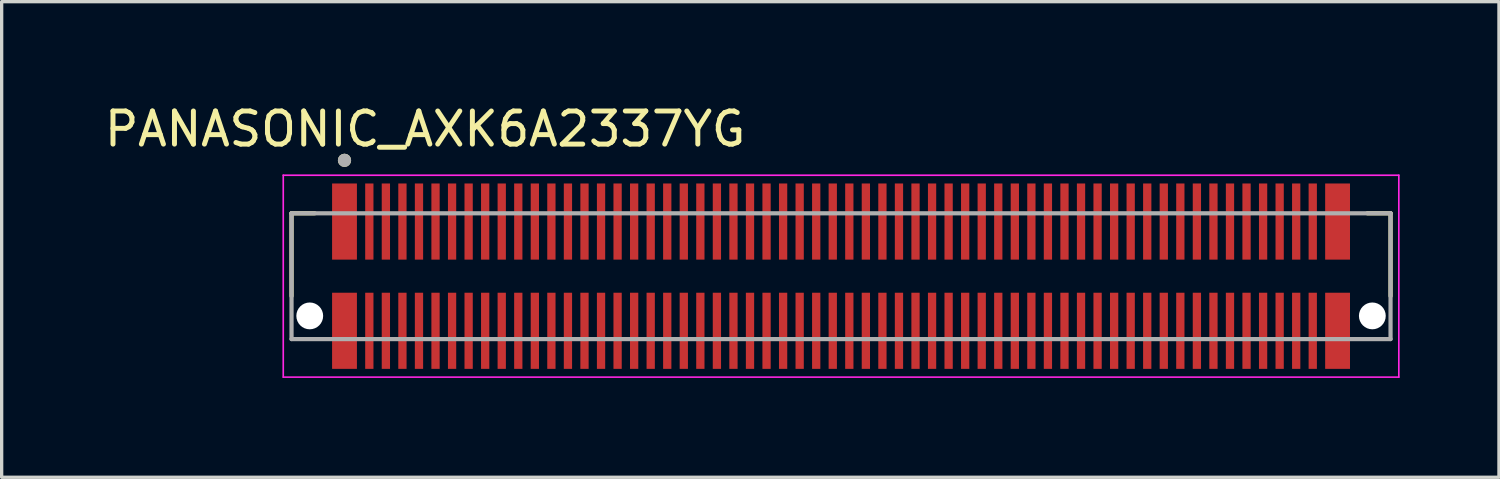
<source format=kicad_pcb>
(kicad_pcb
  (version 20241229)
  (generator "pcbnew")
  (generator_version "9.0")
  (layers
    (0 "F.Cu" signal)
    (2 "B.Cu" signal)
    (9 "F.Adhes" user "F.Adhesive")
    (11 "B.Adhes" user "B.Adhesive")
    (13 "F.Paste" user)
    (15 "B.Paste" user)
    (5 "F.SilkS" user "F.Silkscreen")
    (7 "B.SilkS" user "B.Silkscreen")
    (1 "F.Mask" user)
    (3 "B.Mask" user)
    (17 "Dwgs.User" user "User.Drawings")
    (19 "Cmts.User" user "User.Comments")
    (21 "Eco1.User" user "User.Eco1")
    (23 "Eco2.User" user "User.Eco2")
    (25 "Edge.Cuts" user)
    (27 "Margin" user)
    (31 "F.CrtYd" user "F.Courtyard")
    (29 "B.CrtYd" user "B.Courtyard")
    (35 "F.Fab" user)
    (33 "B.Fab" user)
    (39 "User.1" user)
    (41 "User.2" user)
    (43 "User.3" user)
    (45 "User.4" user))
  (footprint "PANASONIC_AXK6A2337YG"
    (layer "F.Cu")
    (at 22.357 5.293)
    (property "Reference" "PANASONIC_AXK6A2337YG" (at -12.565 -4.445 0) (layer "F.SilkS") (effects (font (size 1 1) (thickness 0.15))))
    (attr smd)
    (fp_line (start -16.6 -1.9) (end -15.9 -1.9) (stroke (width 0.127) (type solid)) (layer "F.SilkS"))
    (fp_line (start -16.6 0.6) (end -16.6 -1.9) (stroke (width 0.127) (type solid)) (layer "F.SilkS"))
    (fp_line (start 15.9 -1.9) (end 16.6 -1.9) (stroke (width 0.127) (type solid)) (layer "F.SilkS"))
    (fp_line (start 16.6 -1.9) (end 16.6 0.6) (stroke (width 0.127) (type solid)) (layer "F.SilkS"))
    (fp_circle (center -15 -3.5) (end -14.9 -3.5) (stroke (width 0.2) (type solid)) (fill no) (layer "F.SilkS"))
    (fp_poly (pts (xy -14.985 -2.8) (xy -14.635 -2.8) (xy -14.635 -0.85) (xy -14.985 -0.85)) (stroke (width 0.01) (type solid)) (fill yes) (layer "F.Paste"))
    (fp_poly (pts (xy -14.985 0.85) (xy -14.635 0.85) (xy -14.635 2.8) (xy -14.985 2.8)) (stroke (width 0.01) (type solid)) (fill yes) (layer "F.Paste"))
    (fp_poly (pts (xy -14.365 -2.8) (xy -14.135 -2.8) (xy -14.135 -0.85) (xy -14.365 -0.85)) (stroke (width 0.01) (type solid)) (fill yes) (layer "F.Paste"))
    (fp_poly (pts (xy -14.365 0.85) (xy -14.135 0.85) (xy -14.135 2.8) (xy -14.365 2.8)) (stroke (width 0.01) (type solid)) (fill yes) (layer "F.Paste"))
    (fp_poly (pts (xy -13.865 -2.8) (xy -13.635 -2.8) (xy -13.635 -0.85) (xy -13.865 -0.85)) (stroke (width 0.01) (type solid)) (fill yes) (layer "F.Paste"))
    (fp_poly (pts (xy -13.865 0.85) (xy -13.635 0.85) (xy -13.635 2.8) (xy -13.865 2.8)) (stroke (width 0.01) (type solid)) (fill yes) (layer "F.Paste"))
    (fp_poly (pts (xy -13.365 -2.8) (xy -13.135 -2.8) (xy -13.135 -0.85) (xy -13.365 -0.85)) (stroke (width 0.01) (type solid)) (fill yes) (layer "F.Paste"))
    (fp_poly (pts (xy -13.365 0.85) (xy -13.135 0.85) (xy -13.135 2.8) (xy -13.365 2.8)) (stroke (width 0.01) (type solid)) (fill yes) (layer "F.Paste"))
    (fp_poly (pts (xy -12.865 -2.8) (xy -12.635 -2.8) (xy -12.635 -0.85) (xy -12.865 -0.85)) (stroke (width 0.01) (type solid)) (fill yes) (layer "F.Paste"))
    (fp_poly (pts (xy -12.865 0.85) (xy -12.635 0.85) (xy -12.635 2.8) (xy -12.865 2.8)) (stroke (width 0.01) (type solid)) (fill yes) (layer "F.Paste"))
    (fp_poly (pts (xy -12.365 -2.8) (xy -12.135 -2.8) (xy -12.135 -0.85) (xy -12.365 -0.85)) (stroke (width 0.01) (type solid)) (fill yes) (layer "F.Paste"))
    (fp_poly (pts (xy -12.365 0.85) (xy -12.135 0.85) (xy -12.135 2.8) (xy -12.365 2.8)) (stroke (width 0.01) (type solid)) (fill yes) (layer "F.Paste"))
    (fp_poly (pts (xy -11.865 -2.8) (xy -11.635 -2.8) (xy -11.635 -0.85) (xy -11.865 -0.85)) (stroke (width 0.01) (type solid)) (fill yes) (layer "F.Paste"))
    (fp_poly (pts (xy -11.865 0.85) (xy -11.635 0.85) (xy -11.635 2.8) (xy -11.865 2.8)) (stroke (width 0.01) (type solid)) (fill yes) (layer "F.Paste"))
    (fp_poly (pts (xy -11.365 -2.8) (xy -11.135 -2.8) (xy -11.135 -0.85) (xy -11.365 -0.85)) (stroke (width 0.01) (type solid)) (fill yes) (layer "F.Paste"))
    (fp_poly (pts (xy -11.365 0.85) (xy -11.135 0.85) (xy -11.135 2.8) (xy -11.365 2.8)) (stroke (width 0.01) (type solid)) (fill yes) (layer "F.Paste"))
    (fp_poly (pts (xy -10.865 -2.8) (xy -10.635 -2.8) (xy -10.635 -0.85) (xy -10.865 -0.85)) (stroke (width 0.01) (type solid)) (fill yes) (layer "F.Paste"))
    (fp_poly (pts (xy -10.865 0.85) (xy -10.635 0.85) (xy -10.635 2.8) (xy -10.865 2.8)) (stroke (width 0.01) (type solid)) (fill yes) (layer "F.Paste"))
    (fp_poly (pts (xy -10.365 -2.8) (xy -10.135 -2.8) (xy -10.135 -0.85) (xy -10.365 -0.85)) (stroke (width 0.01) (type solid)) (fill yes) (layer "F.Paste"))
    (fp_poly (pts (xy -10.365 0.85) (xy -10.135 0.85) (xy -10.135 2.8) (xy -10.365 2.8)) (stroke (width 0.01) (type solid)) (fill yes) (layer "F.Paste"))
    (fp_poly (pts (xy -9.865 -2.8) (xy -9.635 -2.8) (xy -9.635 -0.85) (xy -9.865 -0.85)) (stroke (width 0.01) (type solid)) (fill yes) (layer "F.Paste"))
    (fp_poly (pts (xy -9.865 0.85) (xy -9.635 0.85) (xy -9.635 2.8) (xy -9.865 2.8)) (stroke (width 0.01) (type solid)) (fill yes) (layer "F.Paste"))
    (fp_poly (pts (xy -9.365 -2.8) (xy -9.135 -2.8) (xy -9.135 -0.85) (xy -9.365 -0.85)) (stroke (width 0.01) (type solid)) (fill yes) (layer "F.Paste"))
    (fp_poly (pts (xy -9.365 0.85) (xy -9.135 0.85) (xy -9.135 2.8) (xy -9.365 2.8)) (stroke (width 0.01) (type solid)) (fill yes) (layer "F.Paste"))
    (fp_poly (pts (xy -8.865 -2.8) (xy -8.635 -2.8) (xy -8.635 -0.85) (xy -8.865 -0.85)) (stroke (width 0.01) (type solid)) (fill yes) (layer "F.Paste"))
    (fp_poly (pts (xy -8.865 0.85) (xy -8.635 0.85) (xy -8.635 2.8) (xy -8.865 2.8)) (stroke (width 0.01) (type solid)) (fill yes) (layer "F.Paste"))
    (fp_poly (pts (xy -8.365 -2.8) (xy -8.135 -2.8) (xy -8.135 -0.85) (xy -8.365 -0.85)) (stroke (width 0.01) (type solid)) (fill yes) (layer "F.Paste"))
    (fp_poly (pts (xy -8.365 0.85) (xy -8.135 0.85) (xy -8.135 2.8) (xy -8.365 2.8)) (stroke (width 0.01) (type solid)) (fill yes) (layer "F.Paste"))
    (fp_poly (pts (xy -7.865 -2.8) (xy -7.635 -2.8) (xy -7.635 -0.85) (xy -7.865 -0.85)) (stroke (width 0.01) (type solid)) (fill yes) (layer "F.Paste"))
    (fp_poly (pts (xy -7.865 0.85) (xy -7.635 0.85) (xy -7.635 2.8) (xy -7.865 2.8)) (stroke (width 0.01) (type solid)) (fill yes) (layer "F.Paste"))
    (fp_poly (pts (xy -7.365 -2.8) (xy -7.135 -2.8) (xy -7.135 -0.85) (xy -7.365 -0.85)) (stroke (width 0.01) (type solid)) (fill yes) (layer "F.Paste"))
    (fp_poly (pts (xy -7.365 0.85) (xy -7.135 0.85) (xy -7.135 2.8) (xy -7.365 2.8)) (stroke (width 0.01) (type solid)) (fill yes) (layer "F.Paste"))
    (fp_poly (pts (xy -6.865 -2.8) (xy -6.635 -2.8) (xy -6.635 -0.85) (xy -6.865 -0.85)) (stroke (width 0.01) (type solid)) (fill yes) (layer "F.Paste"))
    (fp_poly (pts (xy -6.865 0.85) (xy -6.635 0.85) (xy -6.635 2.8) (xy -6.865 2.8)) (stroke (width 0.01) (type solid)) (fill yes) (layer "F.Paste"))
    (fp_poly (pts (xy -6.365 -2.8) (xy -6.135 -2.8) (xy -6.135 -0.85) (xy -6.365 -0.85)) (stroke (width 0.01) (type solid)) (fill yes) (layer "F.Paste"))
    (fp_poly (pts (xy -6.365 0.85) (xy -6.135 0.85) (xy -6.135 2.8) (xy -6.365 2.8)) (stroke (width 0.01) (type solid)) (fill yes) (layer "F.Paste"))
    (fp_poly (pts (xy -5.865 -2.8) (xy -5.635 -2.8) (xy -5.635 -0.85) (xy -5.865 -0.85)) (stroke (width 0.01) (type solid)) (fill yes) (layer "F.Paste"))
    (fp_poly (pts (xy -5.865 0.85) (xy -5.635 0.85) (xy -5.635 2.8) (xy -5.865 2.8)) (stroke (width 0.01) (type solid)) (fill yes) (layer "F.Paste"))
    (fp_poly (pts (xy -5.365 -2.8) (xy -5.135 -2.8) (xy -5.135 -0.85) (xy -5.365 -0.85)) (stroke (width 0.01) (type solid)) (fill yes) (layer "F.Paste"))
    (fp_poly (pts (xy -5.365 0.85) (xy -5.135 0.85) (xy -5.135 2.8) (xy -5.365 2.8)) (stroke (width 0.01) (type solid)) (fill yes) (layer "F.Paste"))
    (fp_poly (pts (xy -4.865 -2.8) (xy -4.635 -2.8) (xy -4.635 -0.85) (xy -4.865 -0.85)) (stroke (width 0.01) (type solid)) (fill yes) (layer "F.Paste"))
    (fp_poly (pts (xy -4.865 0.85) (xy -4.635 0.85) (xy -4.635 2.8) (xy -4.865 2.8)) (stroke (width 0.01) (type solid)) (fill yes) (layer "F.Paste"))
    (fp_poly (pts (xy -4.365 -2.8) (xy -4.135 -2.8) (xy -4.135 -0.85) (xy -4.365 -0.85)) (stroke (width 0.01) (type solid)) (fill yes) (layer "F.Paste"))
    (fp_poly (pts (xy -4.365 0.85) (xy -4.135 0.85) (xy -4.135 2.8) (xy -4.365 2.8)) (stroke (width 0.01) (type solid)) (fill yes) (layer "F.Paste"))
    (fp_poly (pts (xy -3.865 -2.8) (xy -3.635 -2.8) (xy -3.635 -0.85) (xy -3.865 -0.85)) (stroke (width 0.01) (type solid)) (fill yes) (layer "F.Paste"))
    (fp_poly (pts (xy -3.865 0.85) (xy -3.635 0.85) (xy -3.635 2.8) (xy -3.865 2.8)) (stroke (width 0.01) (type solid)) (fill yes) (layer "F.Paste"))
    (fp_poly (pts (xy -3.365 -2.8) (xy -3.135 -2.8) (xy -3.135 -0.85) (xy -3.365 -0.85)) (stroke (width 0.01) (type solid)) (fill yes) (layer "F.Paste"))
    (fp_poly (pts (xy -3.365 0.85) (xy -3.135 0.85) (xy -3.135 2.8) (xy -3.365 2.8)) (stroke (width 0.01) (type solid)) (fill yes) (layer "F.Paste"))
    (fp_poly (pts (xy -2.865 -2.8) (xy -2.635 -2.8) (xy -2.635 -0.85) (xy -2.865 -0.85)) (stroke (width 0.01) (type solid)) (fill yes) (layer "F.Paste"))
    (fp_poly (pts (xy -2.865 0.85) (xy -2.635 0.85) (xy -2.635 2.8) (xy -2.865 2.8)) (stroke (width 0.01) (type solid)) (fill yes) (layer "F.Paste"))
    (fp_poly (pts (xy -2.365 -2.8) (xy -2.135 -2.8) (xy -2.135 -0.85) (xy -2.365 -0.85)) (stroke (width 0.01) (type solid)) (fill yes) (layer "F.Paste"))
    (fp_poly (pts (xy -2.365 0.85) (xy -2.135 0.85) (xy -2.135 2.8) (xy -2.365 2.8)) (stroke (width 0.01) (type solid)) (fill yes) (layer "F.Paste"))
    (fp_poly (pts (xy -1.865 -2.8) (xy -1.635 -2.8) (xy -1.635 -0.85) (xy -1.865 -0.85)) (stroke (width 0.01) (type solid)) (fill yes) (layer "F.Paste"))
    (fp_poly (pts (xy -1.865 0.85) (xy -1.635 0.85) (xy -1.635 2.8) (xy -1.865 2.8)) (stroke (width 0.01) (type solid)) (fill yes) (layer "F.Paste"))
    (fp_poly (pts (xy -1.365 -2.8) (xy -1.135 -2.8) (xy -1.135 -0.85) (xy -1.365 -0.85)) (stroke (width 0.01) (type solid)) (fill yes) (layer "F.Paste"))
    (fp_poly (pts (xy -1.365 0.85) (xy -1.135 0.85) (xy -1.135 2.8) (xy -1.365 2.8)) (stroke (width 0.01) (type solid)) (fill yes) (layer "F.Paste"))
    (fp_poly (pts (xy -0.865 -2.8) (xy -0.635 -2.8) (xy -0.635 -0.85) (xy -0.865 -0.85)) (stroke (width 0.01) (type solid)) (fill yes) (layer "F.Paste"))
    (fp_poly (pts (xy -0.865 0.85) (xy -0.635 0.85) (xy -0.635 2.8) (xy -0.865 2.8)) (stroke (width 0.01) (type solid)) (fill yes) (layer "F.Paste"))
    (fp_poly (pts (xy -0.365 -2.8) (xy -0.135 -2.8) (xy -0.135 -0.85) (xy -0.365 -0.85)) (stroke (width 0.01) (type solid)) (fill yes) (layer "F.Paste"))
    (fp_poly (pts (xy -0.365 0.85) (xy -0.135 0.85) (xy -0.135 2.8) (xy -0.365 2.8)) (stroke (width 0.01) (type solid)) (fill yes) (layer "F.Paste"))
    (fp_poly (pts (xy 0.135 -2.8) (xy 0.365 -2.8) (xy 0.365 -0.85) (xy 0.135 -0.85)) (stroke (width 0.01) (type solid)) (fill yes) (layer "F.Paste"))
    (fp_poly (pts (xy 0.135 0.85) (xy 0.365 0.85) (xy 0.365 2.8) (xy 0.135 2.8)) (stroke (width 0.01) (type solid)) (fill yes) (layer "F.Paste"))
    (fp_poly (pts (xy 0.635 -2.8) (xy 0.865 -2.8) (xy 0.865 -0.85) (xy 0.635 -0.85)) (stroke (width 0.01) (type solid)) (fill yes) (layer "F.Paste"))
    (fp_poly (pts (xy 0.635 0.85) (xy 0.865 0.85) (xy 0.865 2.8) (xy 0.635 2.8)) (stroke (width 0.01) (type solid)) (fill yes) (layer "F.Paste"))
    (fp_poly (pts (xy 1.135 -2.8) (xy 1.365 -2.8) (xy 1.365 -0.85) (xy 1.135 -0.85)) (stroke (width 0.01) (type solid)) (fill yes) (layer "F.Paste"))
    (fp_poly (pts (xy 1.135 0.85) (xy 1.365 0.85) (xy 1.365 2.8) (xy 1.135 2.8)) (stroke (width 0.01) (type solid)) (fill yes) (layer "F.Paste"))
    (fp_poly (pts (xy 1.635 -2.8) (xy 1.865 -2.8) (xy 1.865 -0.85) (xy 1.635 -0.85)) (stroke (width 0.01) (type solid)) (fill yes) (layer "F.Paste"))
    (fp_poly (pts (xy 1.635 0.85) (xy 1.865 0.85) (xy 1.865 2.8) (xy 1.635 2.8)) (stroke (width 0.01) (type solid)) (fill yes) (layer "F.Paste"))
    (fp_poly (pts (xy 2.135 -2.8) (xy 2.365 -2.8) (xy 2.365 -0.85) (xy 2.135 -0.85)) (stroke (width 0.01) (type solid)) (fill yes) (layer "F.Paste"))
    (fp_poly (pts (xy 2.135 0.85) (xy 2.365 0.85) (xy 2.365 2.8) (xy 2.135 2.8)) (stroke (width 0.01) (type solid)) (fill yes) (layer "F.Paste"))
    (fp_poly (pts (xy 2.635 -2.8) (xy 2.865 -2.8) (xy 2.865 -0.85) (xy 2.635 -0.85)) (stroke (width 0.01) (type solid)) (fill yes) (layer "F.Paste"))
    (fp_poly (pts (xy 2.635 0.85) (xy 2.865 0.85) (xy 2.865 2.8) (xy 2.635 2.8)) (stroke (width 0.01) (type solid)) (fill yes) (layer "F.Paste"))
    (fp_poly (pts (xy 3.135 -2.8) (xy 3.365 -2.8) (xy 3.365 -0.85) (xy 3.135 -0.85)) (stroke (width 0.01) (type solid)) (fill yes) (layer "F.Paste"))
    (fp_poly (pts (xy 3.135 0.85) (xy 3.365 0.85) (xy 3.365 2.8) (xy 3.135 2.8)) (stroke (width 0.01) (type solid)) (fill yes) (layer "F.Paste"))
    (fp_poly (pts (xy 3.635 -2.8) (xy 3.865 -2.8) (xy 3.865 -0.85) (xy 3.635 -0.85)) (stroke (width 0.01) (type solid)) (fill yes) (layer "F.Paste"))
    (fp_poly (pts (xy 3.635 0.85) (xy 3.865 0.85) (xy 3.865 2.8) (xy 3.635 2.8)) (stroke (width 0.01) (type solid)) (fill yes) (layer "F.Paste"))
    (fp_poly (pts (xy 4.135 -2.8) (xy 4.365 -2.8) (xy 4.365 -0.85) (xy 4.135 -0.85)) (stroke (width 0.01) (type solid)) (fill yes) (layer "F.Paste"))
    (fp_poly (pts (xy 4.135 0.85) (xy 4.365 0.85) (xy 4.365 2.8) (xy 4.135 2.8)) (stroke (width 0.01) (type solid)) (fill yes) (layer "F.Paste"))
    (fp_poly (pts (xy 4.635 -2.8) (xy 4.865 -2.8) (xy 4.865 -0.85) (xy 4.635 -0.85)) (stroke (width 0.01) (type solid)) (fill yes) (layer "F.Paste"))
    (fp_poly (pts (xy 4.635 0.85) (xy 4.865 0.85) (xy 4.865 2.8) (xy 4.635 2.8)) (stroke (width 0.01) (type solid)) (fill yes) (layer "F.Paste"))
    (fp_poly (pts (xy 5.135 -2.8) (xy 5.365 -2.8) (xy 5.365 -0.85) (xy 5.135 -0.85)) (stroke (width 0.01) (type solid)) (fill yes) (layer "F.Paste"))
    (fp_poly (pts (xy 5.135 0.85) (xy 5.365 0.85) (xy 5.365 2.8) (xy 5.135 2.8)) (stroke (width 0.01) (type solid)) (fill yes) (layer "F.Paste"))
    (fp_poly (pts (xy 5.635 -2.8) (xy 5.865 -2.8) (xy 5.865 -0.85) (xy 5.635 -0.85)) (stroke (width 0.01) (type solid)) (fill yes) (layer "F.Paste"))
    (fp_poly (pts (xy 5.635 0.85) (xy 5.865 0.85) (xy 5.865 2.8) (xy 5.635 2.8)) (stroke (width 0.01) (type solid)) (fill yes) (layer "F.Paste"))
    (fp_poly (pts (xy 6.135 -2.8) (xy 6.365 -2.8) (xy 6.365 -0.85) (xy 6.135 -0.85)) (stroke (width 0.01) (type solid)) (fill yes) (layer "F.Paste"))
    (fp_poly (pts (xy 6.135 0.85) (xy 6.365 0.85) (xy 6.365 2.8) (xy 6.135 2.8)) (stroke (width 0.01) (type solid)) (fill yes) (layer "F.Paste"))
    (fp_poly (pts (xy 6.635 -2.8) (xy 6.865 -2.8) (xy 6.865 -0.85) (xy 6.635 -0.85)) (stroke (width 0.01) (type solid)) (fill yes) (layer "F.Paste"))
    (fp_poly (pts (xy 6.635 0.85) (xy 6.865 0.85) (xy 6.865 2.8) (xy 6.635 2.8)) (stroke (width 0.01) (type solid)) (fill yes) (layer "F.Paste"))
    (fp_poly (pts (xy 7.135 -2.8) (xy 7.365 -2.8) (xy 7.365 -0.85) (xy 7.135 -0.85)) (stroke (width 0.01) (type solid)) (fill yes) (layer "F.Paste"))
    (fp_poly (pts (xy 7.135 0.85) (xy 7.365 0.85) (xy 7.365 2.8) (xy 7.135 2.8)) (stroke (width 0.01) (type solid)) (fill yes) (layer "F.Paste"))
    (fp_poly (pts (xy 7.635 -2.8) (xy 7.865 -2.8) (xy 7.865 -0.85) (xy 7.635 -0.85)) (stroke (width 0.01) (type solid)) (fill yes) (layer "F.Paste"))
    (fp_poly (pts (xy 7.635 0.85) (xy 7.865 0.85) (xy 7.865 2.8) (xy 7.635 2.8)) (stroke (width 0.01) (type solid)) (fill yes) (layer "F.Paste"))
    (fp_poly (pts (xy 8.135 -2.8) (xy 8.365 -2.8) (xy 8.365 -0.85) (xy 8.135 -0.85)) (stroke (width 0.01) (type solid)) (fill yes) (layer "F.Paste"))
    (fp_poly (pts (xy 8.135 0.85) (xy 8.365 0.85) (xy 8.365 2.8) (xy 8.135 2.8)) (stroke (width 0.01) (type solid)) (fill yes) (layer "F.Paste"))
    (fp_poly (pts (xy 8.635 -2.8) (xy 8.865 -2.8) (xy 8.865 -0.85) (xy 8.635 -0.85)) (stroke (width 0.01) (type solid)) (fill yes) (layer "F.Paste"))
    (fp_poly (pts (xy 8.635 0.85) (xy 8.865 0.85) (xy 8.865 2.8) (xy 8.635 2.8)) (stroke (width 0.01) (type solid)) (fill yes) (layer "F.Paste"))
    (fp_poly (pts (xy 9.135 -2.8) (xy 9.365 -2.8) (xy 9.365 -0.85) (xy 9.135 -0.85)) (stroke (width 0.01) (type solid)) (fill yes) (layer "F.Paste"))
    (fp_poly (pts (xy 9.135 0.85) (xy 9.365 0.85) (xy 9.365 2.8) (xy 9.135 2.8)) (stroke (width 0.01) (type solid)) (fill yes) (layer "F.Paste"))
    (fp_poly (pts (xy 9.635 -2.8) (xy 9.865 -2.8) (xy 9.865 -0.85) (xy 9.635 -0.85)) (stroke (width 0.01) (type solid)) (fill yes) (layer "F.Paste"))
    (fp_poly (pts (xy 9.635 0.85) (xy 9.865 0.85) (xy 9.865 2.8) (xy 9.635 2.8)) (stroke (width 0.01) (type solid)) (fill yes) (layer "F.Paste"))
    (fp_poly (pts (xy 10.135 -2.8) (xy 10.365 -2.8) (xy 10.365 -0.85) (xy 10.135 -0.85)) (stroke (width 0.01) (type solid)) (fill yes) (layer "F.Paste"))
    (fp_poly (pts (xy 10.135 0.85) (xy 10.365 0.85) (xy 10.365 2.8) (xy 10.135 2.8)) (stroke (width 0.01) (type solid)) (fill yes) (layer "F.Paste"))
    (fp_poly (pts (xy 10.635 -2.8) (xy 10.865 -2.8) (xy 10.865 -0.85) (xy 10.635 -0.85)) (stroke (width 0.01) (type solid)) (fill yes) (layer "F.Paste"))
    (fp_poly (pts (xy 10.635 0.85) (xy 10.865 0.85) (xy 10.865 2.8) (xy 10.635 2.8)) (stroke (width 0.01) (type solid)) (fill yes) (layer "F.Paste"))
    (fp_poly (pts (xy 11.135 -2.8) (xy 11.365 -2.8) (xy 11.365 -0.85) (xy 11.135 -0.85)) (stroke (width 0.01) (type solid)) (fill yes) (layer "F.Paste"))
    (fp_poly (pts (xy 11.135 0.85) (xy 11.365 0.85) (xy 11.365 2.8) (xy 11.135 2.8)) (stroke (width 0.01) (type solid)) (fill yes) (layer "F.Paste"))
    (fp_poly (pts (xy 11.635 -2.8) (xy 11.865 -2.8) (xy 11.865 -0.85) (xy 11.635 -0.85)) (stroke (width 0.01) (type solid)) (fill yes) (layer "F.Paste"))
    (fp_poly (pts (xy 11.635 0.85) (xy 11.865 0.85) (xy 11.865 2.8) (xy 11.635 2.8)) (stroke (width 0.01) (type solid)) (fill yes) (layer "F.Paste"))
    (fp_poly (pts (xy 12.135 -2.8) (xy 12.365 -2.8) (xy 12.365 -0.85) (xy 12.135 -0.85)) (stroke (width 0.01) (type solid)) (fill yes) (layer "F.Paste"))
    (fp_poly (pts (xy 12.135 0.85) (xy 12.365 0.85) (xy 12.365 2.8) (xy 12.135 2.8)) (stroke (width 0.01) (type solid)) (fill yes) (layer "F.Paste"))
    (fp_poly (pts (xy 12.635 -2.8) (xy 12.865 -2.8) (xy 12.865 -0.85) (xy 12.635 -0.85)) (stroke (width 0.01) (type solid)) (fill yes) (layer "F.Paste"))
    (fp_poly (pts (xy 12.635 0.85) (xy 12.865 0.85) (xy 12.865 2.8) (xy 12.635 2.8)) (stroke (width 0.01) (type solid)) (fill yes) (layer "F.Paste"))
    (fp_poly (pts (xy 13.135 -2.8) (xy 13.365 -2.8) (xy 13.365 -0.85) (xy 13.135 -0.85)) (stroke (width 0.01) (type solid)) (fill yes) (layer "F.Paste"))
    (fp_poly (pts (xy 13.135 0.85) (xy 13.365 0.85) (xy 13.365 2.8) (xy 13.135 2.8)) (stroke (width 0.01) (type solid)) (fill yes) (layer "F.Paste"))
    (fp_poly (pts (xy 13.635 -2.8) (xy 13.865 -2.8) (xy 13.865 -0.85) (xy 13.635 -0.85)) (stroke (width 0.01) (type solid)) (fill yes) (layer "F.Paste"))
    (fp_poly (pts (xy 13.635 0.85) (xy 13.865 0.85) (xy 13.865 2.8) (xy 13.635 2.8)) (stroke (width 0.01) (type solid)) (fill yes) (layer "F.Paste"))
    (fp_poly (pts (xy 14.135 -2.8) (xy 14.365 -2.8) (xy 14.365 -0.85) (xy 14.135 -0.85)) (stroke (width 0.01) (type solid)) (fill yes) (layer "F.Paste"))
    (fp_poly (pts (xy 14.135 0.85) (xy 14.365 0.85) (xy 14.365 2.8) (xy 14.135 2.8)) (stroke (width 0.01) (type solid)) (fill yes) (layer "F.Paste"))
    (fp_poly (pts (xy 14.635 -2.8) (xy 14.985 -2.8) (xy 14.985 -0.85) (xy 14.635 -0.85)) (stroke (width 0.01) (type solid)) (fill yes) (layer "F.Paste"))
    (fp_poly (pts (xy 14.635 0.85) (xy 14.985 0.85) (xy 14.985 2.8) (xy 14.635 2.8)) (stroke (width 0.01) (type solid)) (fill yes) (layer "F.Paste"))
    (fp_line (start -16.85 -3.05) (end -16.85 3.05) (stroke (width 0.05) (type solid)) (layer "F.CrtYd"))
    (fp_line (start -16.85 3.05) (end 16.85 3.05) (stroke (width 0.05) (type solid)) (layer "F.CrtYd"))
    (fp_line (start 16.85 -3.05) (end -16.85 -3.05) (stroke (width 0.05) (type solid)) (layer "F.CrtYd"))
    (fp_line (start 16.85 3.05) (end 16.85 -3.05) (stroke (width 0.05) (type solid)) (layer "F.CrtYd"))
    (fp_line (start -16.6 -1.9) (end 16.6 -1.9) (stroke (width 0.127) (type solid)) (layer "F.Fab"))
    (fp_line (start -16.6 1.9) (end -16.6 -1.9) (stroke (width 0.127) (type solid)) (layer "F.Fab"))
    (fp_line (start 16.6 -1.9) (end 16.6 1.9) (stroke (width 0.127) (type solid)) (layer "F.Fab"))
    (fp_line (start 16.6 1.9) (end -16.6 1.9) (stroke (width 0.127) (type solid)) (layer "F.Fab"))
    (fp_circle (center -15 -3.5) (end -14.9 -3.5) (stroke (width 0.2) (type solid)) (fill no) (layer "F.Fab"))
    (pad "" np_thru_hole circle (at -16.05 1.2) (size 0.81 0.81) (drill 0.81) (layers "*.Cu" "*.Mask"))
    (pad "" np_thru_hole circle (at 16.05 1.2) (size 0.81 0.81) (drill 0.81) (layers "*.Cu" "*.Mask"))
    (pad "1" smd rect (at -15 -1.65) (size 0.75 2.3) (layers "F.Cu" "F.Mask"))
    (pad "2" smd rect (at -15 1.65) (size 0.75 2.3) (layers "F.Cu" "F.Mask"))
    (pad "3" smd rect (at -14.25 -1.65) (size 0.25 2.3) (layers "F.Cu" "F.Mask"))
    (pad "4" smd rect (at -14.25 1.65) (size 0.25 2.3) (layers "F.Cu" "F.Mask"))
    (pad "5" smd rect (at -13.75 -1.65) (size 0.25 2.3) (layers "F.Cu" "F.Mask"))
    (pad "6" smd rect (at -13.75 1.65) (size 0.25 2.3) (layers "F.Cu" "F.Mask"))
    (pad "7" smd rect (at -13.25 -1.65) (size 0.25 2.3) (layers "F.Cu" "F.Mask"))
    (pad "8" smd rect (at -13.25 1.65) (size 0.25 2.3) (layers "F.Cu" "F.Mask"))
    (pad "9" smd rect (at -12.75 -1.65) (size 0.25 2.3) (layers "F.Cu" "F.Mask"))
    (pad "10" smd rect (at -12.75 1.65) (size 0.25 2.3) (layers "F.Cu" "F.Mask"))
    (pad "11" smd rect (at -12.25 -1.65) (size 0.25 2.3) (layers "F.Cu" "F.Mask"))
    (pad "12" smd rect (at -12.25 1.65) (size 0.25 2.3) (layers "F.Cu" "F.Mask"))
    (pad "13" smd rect (at -11.75 -1.65) (size 0.25 2.3) (layers "F.Cu" "F.Mask"))
    (pad "14" smd rect (at -11.75 1.65) (size 0.25 2.3) (layers "F.Cu" "F.Mask"))
    (pad "15" smd rect (at -11.25 -1.65) (size 0.25 2.3) (layers "F.Cu" "F.Mask"))
    (pad "16" smd rect (at -11.25 1.65) (size 0.25 2.3) (layers "F.Cu" "F.Mask"))
    (pad "17" smd rect (at -10.75 -1.65) (size 0.25 2.3) (layers "F.Cu" "F.Mask"))
    (pad "18" smd rect (at -10.75 1.65) (size 0.25 2.3) (layers "F.Cu" "F.Mask"))
    (pad "19" smd rect (at -10.25 -1.65) (size 0.25 2.3) (layers "F.Cu" "F.Mask"))
    (pad "20" smd rect (at -10.25 1.65) (size 0.25 2.3) (layers "F.Cu" "F.Mask"))
    (pad "21" smd rect (at -9.75 -1.65) (size 0.25 2.3) (layers "F.Cu" "F.Mask"))
    (pad "22" smd rect (at -9.75 1.65) (size 0.25 2.3) (layers "F.Cu" "F.Mask"))
    (pad "23" smd rect (at -9.25 -1.65) (size 0.25 2.3) (layers "F.Cu" "F.Mask"))
    (pad "24" smd rect (at -9.25 1.65) (size 0.25 2.3) (layers "F.Cu" "F.Mask"))
    (pad "25" smd rect (at -8.75 -1.65) (size 0.25 2.3) (layers "F.Cu" "F.Mask"))
    (pad "26" smd rect (at -8.75 1.65) (size 0.25 2.3) (layers "F.Cu" "F.Mask"))
    (pad "27" smd rect (at -8.25 -1.65) (size 0.25 2.3) (layers "F.Cu" "F.Mask"))
    (pad "28" smd rect (at -8.25 1.65) (size 0.25 2.3) (layers "F.Cu" "F.Mask"))
    (pad "29" smd rect (at -7.75 -1.65) (size 0.25 2.3) (layers "F.Cu" "F.Mask"))
    (pad "30" smd rect (at -7.75 1.65) (size 0.25 2.3) (layers "F.Cu" "F.Mask"))
    (pad "31" smd rect (at -7.25 -1.65) (size 0.25 2.3) (layers "F.Cu" "F.Mask"))
    (pad "32" smd rect (at -7.25 1.65) (size 0.25 2.3) (layers "F.Cu" "F.Mask"))
    (pad "33" smd rect (at -6.75 -1.65) (size 0.25 2.3) (layers "F.Cu" "F.Mask"))
    (pad "34" smd rect (at -6.75 1.65) (size 0.25 2.3) (layers "F.Cu" "F.Mask"))
    (pad "35" smd rect (at -6.25 -1.65) (size 0.25 2.3) (layers "F.Cu" "F.Mask"))
    (pad "36" smd rect (at -6.25 1.65) (size 0.25 2.3) (layers "F.Cu" "F.Mask"))
    (pad "37" smd rect (at -5.75 -1.65) (size 0.25 2.3) (layers "F.Cu" "F.Mask"))
    (pad "38" smd rect (at -5.75 1.65) (size 0.25 2.3) (layers "F.Cu" "F.Mask"))
    (pad "39" smd rect (at -5.25 -1.65) (size 0.25 2.3) (layers "F.Cu" "F.Mask"))
    (pad "40" smd rect (at -5.25 1.65) (size 0.25 2.3) (layers "F.Cu" "F.Mask"))
    (pad "41" smd rect (at -4.75 -1.65) (size 0.25 2.3) (layers "F.Cu" "F.Mask"))
    (pad "42" smd rect (at -4.75 1.65) (size 0.25 2.3) (layers "F.Cu" "F.Mask"))
    (pad "43" smd rect (at -4.25 -1.65) (size 0.25 2.3) (layers "F.Cu" "F.Mask"))
    (pad "44" smd rect (at -4.25 1.65) (size 0.25 2.3) (layers "F.Cu" "F.Mask"))
    (pad "45" smd rect (at -3.75 -1.65) (size 0.25 2.3) (layers "F.Cu" "F.Mask"))
    (pad "46" smd rect (at -3.75 1.65) (size 0.25 2.3) (layers "F.Cu" "F.Mask"))
    (pad "47" smd rect (at -3.25 -1.65) (size 0.25 2.3) (layers "F.Cu" "F.Mask"))
    (pad "48" smd rect (at -3.25 1.65) (size 0.25 2.3) (layers "F.Cu" "F.Mask"))
    (pad "49" smd rect (at -2.75 -1.65) (size 0.25 2.3) (layers "F.Cu" "F.Mask"))
    (pad "50" smd rect (at -2.75 1.65) (size 0.25 2.3) (layers "F.Cu" "F.Mask"))
    (pad "51" smd rect (at -2.25 -1.65) (size 0.25 2.3) (layers "F.Cu" "F.Mask"))
    (pad "52" smd rect (at -2.25 1.65) (size 0.25 2.3) (layers "F.Cu" "F.Mask"))
    (pad "53" smd rect (at -1.75 -1.65) (size 0.25 2.3) (layers "F.Cu" "F.Mask"))
    (pad "54" smd rect (at -1.75 1.65) (size 0.25 2.3) (layers "F.Cu" "F.Mask"))
    (pad "55" smd rect (at -1.25 -1.65) (size 0.25 2.3) (layers "F.Cu" "F.Mask"))
    (pad "56" smd rect (at -1.25 1.65) (size 0.25 2.3) (layers "F.Cu" "F.Mask"))
    (pad "57" smd rect (at -0.75 -1.65) (size 0.25 2.3) (layers "F.Cu" "F.Mask"))
    (pad "58" smd rect (at -0.75 1.65) (size 0.25 2.3) (layers "F.Cu" "F.Mask"))
    (pad "59" smd rect (at -0.25 -1.65) (size 0.25 2.3) (layers "F.Cu" "F.Mask"))
    (pad "60" smd rect (at -0.25 1.65) (size 0.25 2.3) (layers "F.Cu" "F.Mask"))
    (pad "61" smd rect (at 0.25 -1.65) (size 0.25 2.3) (layers "F.Cu" "F.Mask"))
    (pad "62" smd rect (at 0.25 1.65) (size 0.25 2.3) (layers "F.Cu" "F.Mask"))
    (pad "63" smd rect (at 0.75 -1.65) (size 0.25 2.3) (layers "F.Cu" "F.Mask"))
    (pad "64" smd rect (at 0.75 1.65) (size 0.25 2.3) (layers "F.Cu" "F.Mask"))
    (pad "65" smd rect (at 1.25 -1.65) (size 0.25 2.3) (layers "F.Cu" "F.Mask"))
    (pad "66" smd rect (at 1.25 1.65) (size 0.25 2.3) (layers "F.Cu" "F.Mask"))
    (pad "67" smd rect (at 1.75 -1.65) (size 0.25 2.3) (layers "F.Cu" "F.Mask"))
    (pad "68" smd rect (at 1.75 1.65) (size 0.25 2.3) (layers "F.Cu" "F.Mask"))
    (pad "69" smd rect (at 2.25 -1.65) (size 0.25 2.3) (layers "F.Cu" "F.Mask"))
    (pad "70" smd rect (at 2.25 1.65) (size 0.25 2.3) (layers "F.Cu" "F.Mask"))
    (pad "71" smd rect (at 2.75 -1.65) (size 0.25 2.3) (layers "F.Cu" "F.Mask"))
    (pad "72" smd rect (at 2.75 1.65) (size 0.25 2.3) (layers "F.Cu" "F.Mask"))
    (pad "73" smd rect (at 3.25 -1.65) (size 0.25 2.3) (layers "F.Cu" "F.Mask"))
    (pad "74" smd rect (at 3.25 1.65) (size 0.25 2.3) (layers "F.Cu" "F.Mask"))
    (pad "75" smd rect (at 3.75 -1.65) (size 0.25 2.3) (layers "F.Cu" "F.Mask"))
    (pad "76" smd rect (at 3.75 1.65) (size 0.25 2.3) (layers "F.Cu" "F.Mask"))
    (pad "77" smd rect (at 4.25 -1.65) (size 0.25 2.3) (layers "F.Cu" "F.Mask"))
    (pad "78" smd rect (at 4.25 1.65) (size 0.25 2.3) (layers "F.Cu" "F.Mask"))
    (pad "79" smd rect (at 4.75 -1.65) (size 0.25 2.3) (layers "F.Cu" "F.Mask"))
    (pad "80" smd rect (at 4.75 1.65) (size 0.25 2.3) (layers "F.Cu" "F.Mask"))
    (pad "81" smd rect (at 5.25 -1.65) (size 0.25 2.3) (layers "F.Cu" "F.Mask"))
    (pad "82" smd rect (at 5.25 1.65) (size 0.25 2.3) (layers "F.Cu" "F.Mask"))
    (pad "83" smd rect (at 5.75 -1.65) (size 0.25 2.3) (layers "F.Cu" "F.Mask"))
    (pad "84" smd rect (at 5.75 1.65) (size 0.25 2.3) (layers "F.Cu" "F.Mask"))
    (pad "85" smd rect (at 6.25 -1.65) (size 0.25 2.3) (layers "F.Cu" "F.Mask"))
    (pad "86" smd rect (at 6.25 1.65) (size 0.25 2.3) (layers "F.Cu" "F.Mask"))
    (pad "87" smd rect (at 6.75 -1.65) (size 0.25 2.3) (layers "F.Cu" "F.Mask"))
    (pad "88" smd rect (at 6.75 1.65) (size 0.25 2.3) (layers "F.Cu" "F.Mask"))
    (pad "89" smd rect (at 7.25 -1.65) (size 0.25 2.3) (layers "F.Cu" "F.Mask"))
    (pad "90" smd rect (at 7.25 1.65) (size 0.25 2.3) (layers "F.Cu" "F.Mask"))
    (pad "91" smd rect (at 7.75 -1.65) (size 0.25 2.3) (layers "F.Cu" "F.Mask"))
    (pad "92" smd rect (at 7.75 1.65) (size 0.25 2.3) (layers "F.Cu" "F.Mask"))
    (pad "93" smd rect (at 8.25 -1.65) (size 0.25 2.3) (layers "F.Cu" "F.Mask"))
    (pad "94" smd rect (at 8.25 1.65) (size 0.25 2.3) (layers "F.Cu" "F.Mask"))
    (pad "95" smd rect (at 8.75 -1.65) (size 0.25 2.3) (layers "F.Cu" "F.Mask"))
    (pad "96" smd rect (at 8.75 1.65) (size 0.25 2.3) (layers "F.Cu" "F.Mask"))
    (pad "97" smd rect (at 9.25 -1.65) (size 0.25 2.3) (layers "F.Cu" "F.Mask"))
    (pad "98" smd rect (at 9.25 1.65) (size 0.25 2.3) (layers "F.Cu" "F.Mask"))
    (pad "99" smd rect (at 9.75 -1.65) (size 0.25 2.3) (layers "F.Cu" "F.Mask"))
    (pad "100" smd rect (at 9.75 1.65) (size 0.25 2.3) (layers "F.Cu" "F.Mask"))
    (pad "101" smd rect (at 10.25 -1.65) (size 0.25 2.3) (layers "F.Cu" "F.Mask"))
    (pad "102" smd rect (at 10.25 1.65) (size 0.25 2.3) (layers "F.Cu" "F.Mask"))
    (pad "103" smd rect (at 10.75 -1.65) (size 0.25 2.3) (layers "F.Cu" "F.Mask"))
    (pad "104" smd rect (at 10.75 1.65) (size 0.25 2.3) (layers "F.Cu" "F.Mask"))
    (pad "105" smd rect (at 11.25 -1.65) (size 0.25 2.3) (layers "F.Cu" "F.Mask"))
    (pad "106" smd rect (at 11.25 1.65) (size 0.25 2.3) (layers "F.Cu" "F.Mask"))
    (pad "107" smd rect (at 11.75 -1.65) (size 0.25 2.3) (layers "F.Cu" "F.Mask"))
    (pad "108" smd rect (at 11.75 1.65) (size 0.25 2.3) (layers "F.Cu" "F.Mask"))
    (pad "109" smd rect (at 12.25 -1.65) (size 0.25 2.3) (layers "F.Cu" "F.Mask"))
    (pad "110" smd rect (at 12.25 1.65) (size 0.25 2.3) (layers "F.Cu" "F.Mask"))
    (pad "111" smd rect (at 12.75 -1.65) (size 0.25 2.3) (layers "F.Cu" "F.Mask"))
    (pad "112" smd rect (at 12.75 1.65) (size 0.25 2.3) (layers "F.Cu" "F.Mask"))
    (pad "113" smd rect (at 13.25 -1.65) (size 0.25 2.3) (layers "F.Cu" "F.Mask"))
    (pad "114" smd rect (at 13.25 1.65) (size 0.25 2.3) (layers "F.Cu" "F.Mask"))
    (pad "115" smd rect (at 13.75 -1.65) (size 0.25 2.3) (layers "F.Cu" "F.Mask"))
    (pad "116" smd rect (at 13.75 1.65) (size 0.25 2.3) (layers "F.Cu" "F.Mask"))
    (pad "117" smd rect (at 14.25 -1.65) (size 0.25 2.3) (layers "F.Cu" "F.Mask"))
    (pad "118" smd rect (at 14.25 1.65) (size 0.25 2.3) (layers "F.Cu" "F.Mask"))
    (pad "119" smd rect (at 15 -1.65) (size 0.75 2.3) (layers "F.Cu" "F.Mask"))
    (pad "120" smd rect (at 15 1.65) (size 0.75 2.3) (layers "F.Cu" "F.Mask")))
  (gr_rect
    (start -3 -3)
    (end 42.232 11.368)
    (stroke (width 0.1) (type default))
    (fill no)
    (layer "Edge.Cuts")))
</source>
